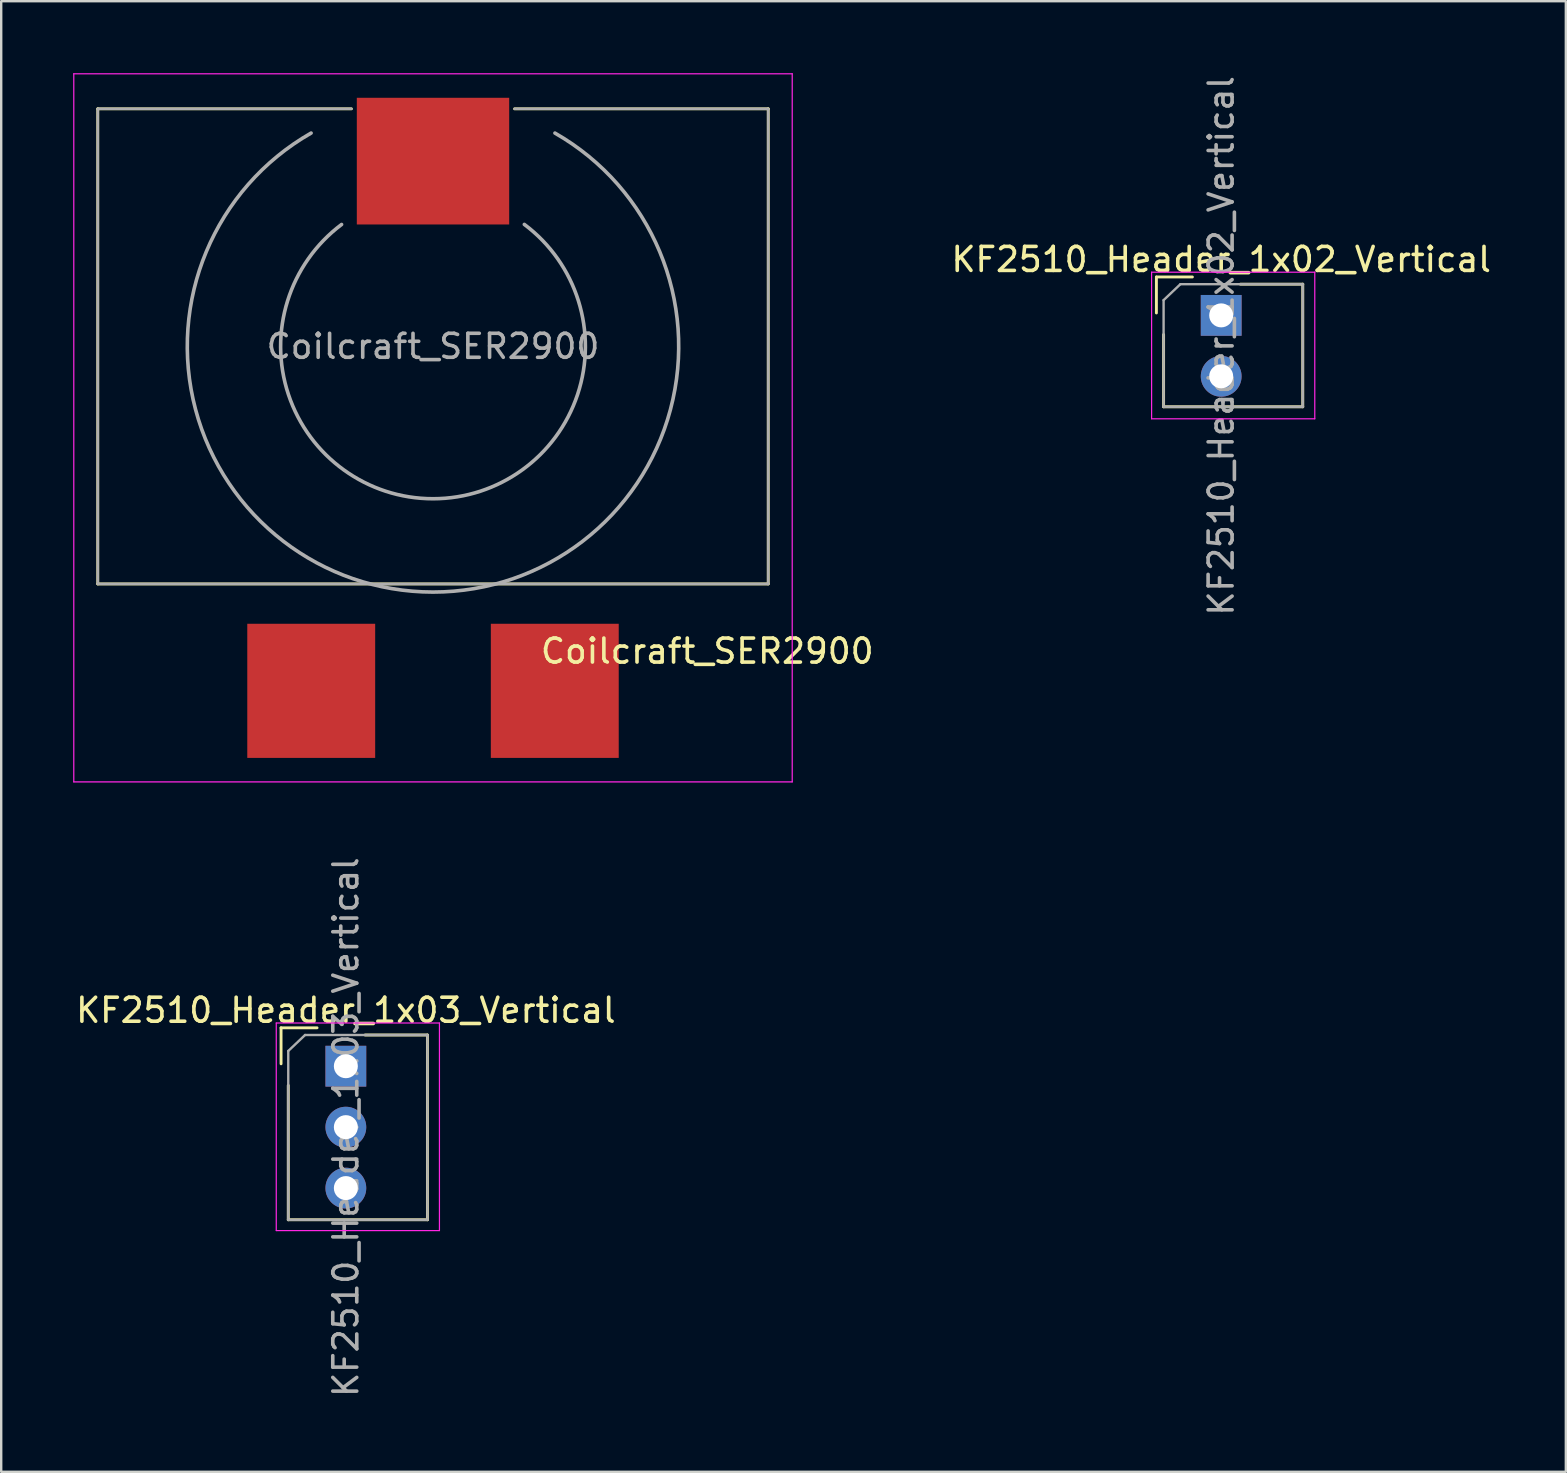
<source format=kicad_pcb>
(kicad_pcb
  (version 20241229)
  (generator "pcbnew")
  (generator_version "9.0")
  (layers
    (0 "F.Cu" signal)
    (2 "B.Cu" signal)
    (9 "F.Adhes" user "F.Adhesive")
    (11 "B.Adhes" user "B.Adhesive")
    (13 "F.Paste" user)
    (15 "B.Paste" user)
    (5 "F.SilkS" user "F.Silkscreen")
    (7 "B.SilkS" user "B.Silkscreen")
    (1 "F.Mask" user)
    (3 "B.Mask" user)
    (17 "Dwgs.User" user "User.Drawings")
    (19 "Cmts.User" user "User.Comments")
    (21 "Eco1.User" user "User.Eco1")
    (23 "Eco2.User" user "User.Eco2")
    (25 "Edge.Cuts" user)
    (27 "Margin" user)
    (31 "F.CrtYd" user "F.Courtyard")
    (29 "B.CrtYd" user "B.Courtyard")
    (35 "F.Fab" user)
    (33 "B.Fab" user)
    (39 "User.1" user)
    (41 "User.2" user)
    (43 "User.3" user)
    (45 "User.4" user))
  (footprint "Coilcraft_SER2900"
    (layer "F.Cu")
    (at 14.995 11.385)
    (property "Reference" "Coilcraft_SER2900" (at 11.43 12.7 0) (layer "F.SilkS") (effects (font (size 1 1) (thickness 0.15))))
    (attr smd)
    (fp_line (start -13.97 -9.9) (end -3.4 -9.9) (stroke (width 0.12) (type solid)) (layer "F.SilkS"))
    (fp_line (start -13.97 9.9) (end -13.97 -9.9) (stroke (width 0.12) (type solid)) (layer "F.SilkS"))
    (fp_line (start 13.97 -9.9) (end 3.4 -9.9) (stroke (width 0.12) (type solid)) (layer "F.SilkS"))
    (fp_line (start 13.97 -9.9) (end 13.97 9.9) (stroke (width 0.12) (type solid)) (layer "F.SilkS"))
    (fp_line (start 13.97 9.9) (end -13.97 9.9) (stroke (width 0.12) (type solid)) (layer "F.SilkS"))
    (fp_line (start -14.97 -11.36) (end 14.97 -11.36) (stroke (width 0.05) (type solid)) (layer "F.CrtYd"))
    (fp_line (start -14.97 18.15) (end -14.97 -11.36) (stroke (width 0.05) (type solid)) (layer "F.CrtYd"))
    (fp_line (start 14.97 -11.36) (end 14.97 18.15) (stroke (width 0.05) (type solid)) (layer "F.CrtYd"))
    (fp_line (start 14.97 18.15) (end -14.97 18.15) (stroke (width 0.05) (type solid)) (layer "F.CrtYd"))
    (fp_line (start -13.97 -9.9) (end -3.4 -9.9) (stroke (width 0.1) (type solid)) (layer "F.Fab"))
    (fp_line (start -13.97 9.9) (end -13.97 -9.9) (stroke (width 0.1) (type solid)) (layer "F.Fab"))
    (fp_line (start 13.97 -9.9) (end 3.4 -9.9) (stroke (width 0.1) (type solid)) (layer "F.Fab"))
    (fp_line (start 13.97 -9.9) (end 13.97 9.9) (stroke (width 0.1) (type solid)) (layer "F.Fab"))
    (fp_line (start 13.97 9.9) (end -13.97 9.9) (stroke (width 0.1) (type solid)) (layer "F.Fab"))
    (fp_arc (start 3.806471 -5.082645) (mid 0.002205 6.35) (end -3.81 -5.08) (stroke (width 0.15) (type solid)) (layer "F.Fab"))
    (fp_arc (start 5.081588 -8.889091) (mid -0.000915 10.239066) (end -5.079999 -8.889999) (stroke (width 0.15) (type solid)) (layer "F.Fab"))
    (fp_text user "${REFERENCE}" (at 0 0 0) (layer "F.Fab") (effects (font (size 1 1) (thickness 0.15))))
    (pad "" smd rect (at 0 -7.72) (size 6.35 5.28) (layers "F.Cu" "F.Mask" "F.Paste"))
    (pad "1" smd rect (at -5.075 14.355) (size 5.33 5.59) (layers "F.Cu" "F.Mask" "F.Paste"))
    (pad "2" smd rect (at 5.075 14.355) (size 5.33 5.59) (layers "F.Cu" "F.Mask" "F.Paste")))
  (footprint "KF2510_Header_1x02_Vertical"
    (layer "F.Cu")
    (at 47.842 10.093)
    (property "Reference" "KF2510_Header_1x02_Vertical" (at 0 -2.33 0) (layer "F.SilkS") (effects (font (size 1 1) (thickness 0.15))))
    (attr through_hole)
    (fp_line (start -2.7 -1.6) (end -1.2 -1.6) (stroke (width 0.12) (type solid)) (layer "F.SilkS"))
    (fp_line (start -2.7 -0.1) (end -2.7 -1.6) (stroke (width 0.12) (type solid)) (layer "F.SilkS"))
    (fp_line (start -2.4 0.8) (end -2.4 3.81) (stroke (width 0.12) (type solid)) (layer "F.SilkS"))
    (fp_line (start -2.4 3.81) (end 3.4 3.81) (stroke (width 0.12) (type solid)) (layer "F.SilkS"))
    (fp_line (start 0.8 -1.3) (end 3.4 -1.3) (stroke (width 0.12) (type solid)) (layer "F.SilkS"))
    (fp_line (start 3.4 -1.3) (end 3.4 3.81) (stroke (width 0.12) (type solid)) (layer "F.SilkS"))
    (fp_line (start -2.9 -1.8) (end -2.9 4.31) (stroke (width 0.05) (type solid)) (layer "F.CrtYd"))
    (fp_line (start -2.9 4.31) (end 3.9 4.31) (stroke (width 0.05) (type solid)) (layer "F.CrtYd"))
    (fp_line (start 3.9 -1.8) (end -2.9 -1.8) (stroke (width 0.05) (type solid)) (layer "F.CrtYd"))
    (fp_line (start 3.9 4.31) (end 3.9 -1.8) (stroke (width 0.05) (type solid)) (layer "F.CrtYd"))
    (fp_line (start -2.4 -0.635) (end -1.7 -1.3) (stroke (width 0.1) (type solid)) (layer "F.Fab"))
    (fp_line (start -2.4 3.81) (end -2.4 -0.635) (stroke (width 0.1) (type solid)) (layer "F.Fab"))
    (fp_line (start -1.7 -1.3) (end 3.4 -1.3) (stroke (width 0.1) (type solid)) (layer "F.Fab"))
    (fp_line (start 3.4 -1.3) (end 3.4 3.81) (stroke (width 0.1) (type solid)) (layer "F.Fab"))
    (fp_line (start 3.4 3.81) (end -2.4 3.81) (stroke (width 0.1) (type solid)) (layer "F.Fab"))
    (fp_text user "${REFERENCE}" (at 0 1.27 90) (layer "F.Fab") (effects (font (size 1 1) (thickness 0.15))))
    (pad "1" thru_hole rect (at 0 0) (size 1.7 1.7) (drill 1) (layers "*.Cu" "*.Mask"))
    (pad "2" thru_hole oval (at 0 2.54) (size 1.7 1.7) (drill 1) (layers "*.Cu" "*.Mask")))
  (footprint "KF2510_Header_1x03_Vertical"
    (layer "F.Cu")
    (at 11.363 41.383)
    (property "Reference" "KF2510_Header_1x03_Vertical" (at 0 -2.33 0) (layer "F.SilkS") (effects (font (size 1 1) (thickness 0.15))))
    (attr through_hole)
    (fp_line (start -2.7 -1.6) (end -1.2 -1.6) (stroke (width 0.12) (type solid)) (layer "F.SilkS"))
    (fp_line (start -2.7 -0.1) (end -2.7 -1.6) (stroke (width 0.12) (type solid)) (layer "F.SilkS"))
    (fp_line (start -2.4 0.8) (end -2.4 6.4) (stroke (width 0.12) (type solid)) (layer "F.SilkS"))
    (fp_line (start -2.4 6.4) (end 3.4 6.4) (stroke (width 0.12) (type solid)) (layer "F.SilkS"))
    (fp_line (start 0.8 -1.3) (end 3.4 -1.3) (stroke (width 0.12) (type solid)) (layer "F.SilkS"))
    (fp_line (start 3.4 -1.3) (end 3.4 6.4) (stroke (width 0.12) (type solid)) (layer "F.SilkS"))
    (fp_line (start -2.9 -1.8) (end -2.9 6.85) (stroke (width 0.05) (type solid)) (layer "F.CrtYd"))
    (fp_line (start -2.9 6.85) (end 3.9 6.85) (stroke (width 0.05) (type solid)) (layer "F.CrtYd"))
    (fp_line (start 3.9 -1.8) (end -2.9 -1.8) (stroke (width 0.05) (type solid)) (layer "F.CrtYd"))
    (fp_line (start 3.9 6.85) (end 3.9 -1.8) (stroke (width 0.05) (type solid)) (layer "F.CrtYd"))
    (fp_line (start -2.4 -0.635) (end -1.7 -1.3) (stroke (width 0.1) (type solid)) (layer "F.Fab"))
    (fp_line (start -2.4 6.4) (end -2.4 -0.635) (stroke (width 0.1) (type solid)) (layer "F.Fab"))
    (fp_line (start -1.7 -1.3) (end 3.4 -1.3) (stroke (width 0.1) (type solid)) (layer "F.Fab"))
    (fp_line (start 3.4 -1.3) (end 3.4 6.4) (stroke (width 0.1) (type solid)) (layer "F.Fab"))
    (fp_line (start 3.4 6.4) (end -2.4 6.4) (stroke (width 0.1) (type solid)) (layer "F.Fab"))
    (fp_text user "${REFERENCE}" (at 0 2.54 90) (layer "F.Fab") (effects (font (size 1 1) (thickness 0.15))))
    (pad "1" thru_hole rect (at 0 0) (size 1.7 1.7) (drill 1) (layers "*.Cu" "*.Mask"))
    (pad "2" thru_hole oval (at 0 2.54) (size 1.7 1.7) (drill 1) (layers "*.Cu" "*.Mask"))
    (pad "3" thru_hole oval (at 0 5.08) (size 1.7 1.7) (drill 1) (layers "*.Cu" "*.Mask")))
  (gr_rect
    (start -3 -3)
    (end 62.205 58.286)
    (stroke (width 0.1) (type default))
    (fill no)
    (layer "Edge.Cuts")))
</source>
